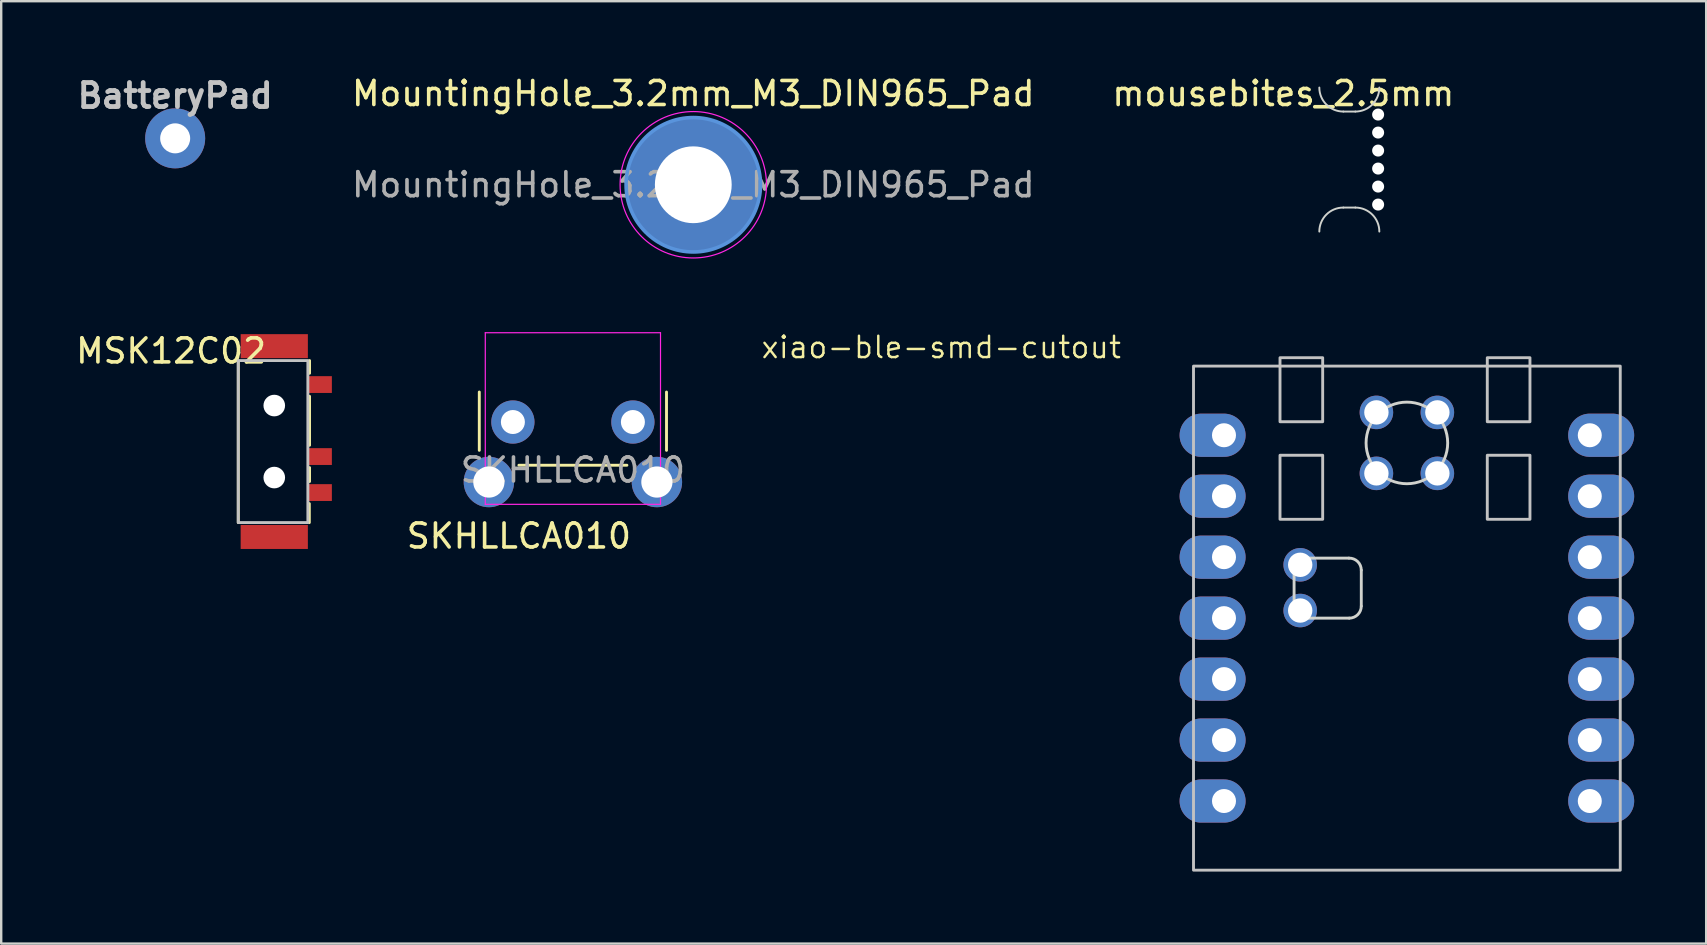
<source format=kicad_pcb>
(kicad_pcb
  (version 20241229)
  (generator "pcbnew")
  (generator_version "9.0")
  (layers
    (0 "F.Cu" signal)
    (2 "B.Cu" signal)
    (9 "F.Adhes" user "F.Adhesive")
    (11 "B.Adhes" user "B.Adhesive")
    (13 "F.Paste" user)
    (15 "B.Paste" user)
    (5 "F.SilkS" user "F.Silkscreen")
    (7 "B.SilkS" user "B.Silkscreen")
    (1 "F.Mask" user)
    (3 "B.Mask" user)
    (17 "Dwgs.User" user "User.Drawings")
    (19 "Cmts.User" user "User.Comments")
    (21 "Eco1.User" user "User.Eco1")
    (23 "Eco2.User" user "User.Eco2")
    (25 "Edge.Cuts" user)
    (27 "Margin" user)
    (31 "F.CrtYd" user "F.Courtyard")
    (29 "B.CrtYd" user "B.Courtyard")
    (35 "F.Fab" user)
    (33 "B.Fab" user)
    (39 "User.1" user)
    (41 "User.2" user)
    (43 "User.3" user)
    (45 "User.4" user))
  (footprint "SKHLLCA010"
    (layer "F.Cu")
    (at 20.819 15.783)
    (property "Reference" "SKHLLCA010" (at -2.25 3.5 0) (unlocked yes) (layer "F.SilkS") (effects (font (size 1 1) (thickness 0.15))))
    (attr through_hole)
    (fp_line (start -3.9 -0.07) (end -3.9 -2.5) (stroke (width 0.12) (type solid)) (layer "F.SilkS"))
    (fp_line (start -2.25 0.55) (end 2.25 0.55) (stroke (width 0.12) (type solid)) (layer "F.SilkS"))
    (fp_line (start 3.9 -0.07) (end 3.9 -2.5) (stroke (width 0.12) (type solid)) (layer "F.SilkS"))
    (fp_line (start -3.65 -4.97) (end -3.65 2.18) (stroke (width 0.05) (type solid)) (layer "F.CrtYd"))
    (fp_line (start -3.65 -4.97) (end 3.65 -4.97) (stroke (width 0.05) (type solid)) (layer "F.CrtYd"))
    (fp_line (start -3.65 2.18) (end 3.65 2.18) (stroke (width 0.05) (type solid)) (layer "F.CrtYd"))
    (fp_line (start 3.65 -4.97) (end 3.65 2.18) (stroke (width 0.05) (type solid)) (layer "F.CrtYd"))
    (fp_line (start -3.9 -3.75) (end 3.9 -3.75) (stroke (width 0.12) (type solid)) (layer "User.1"))
    (fp_line (start -1.25 -5) (end 1.25 -5) (stroke (width 0.12) (type solid)) (layer "User.1"))
    (fp_line (start -1.25 -3.75) (end -1.25 -5) (stroke (width 0.12) (type solid)) (layer "User.1"))
    (fp_line (start 1.25 -3.75) (end 1.25 -5) (stroke (width 0.12) (type solid)) (layer "User.1"))
    (fp_text user "${REFERENCE}" (at 0 0.75 0) (unlocked yes) (layer "F.Fab") (effects (font (size 1 1) (thickness 0.15))))
    (pad "1" thru_hole circle (at 2.5 -1.25) (size 1.8 1.8) (drill 1) (layers "*.Cu" "B.Mask"))
    (pad "2" thru_hole circle (at -2.5 -1.25) (size 1.8 1.8) (drill 1) (layers "*.Cu" "B.Mask"))
    (pad "MP" thru_hole circle (at -3.5 1.25) (size 2.1 2.1) (drill 1.3) (layers "*.Cu" "*.Mask"))
    (pad "MP" thru_hole circle (at 3.5 1.25) (size 2.1 2.1) (drill 1.3) (layers "*.Cu" "*.Mask")))
  (footprint "MountingHole_3.2mm_M3_DIN965_Pad"
    (layer "F.Cu")
    (at 25.835 4.648)
    (property "Reference" "MountingHole_3.2mm_M3_DIN965_Pad" (at 0 -3.8 0) (layer "F.SilkS") (effects (font (size 1 1) (thickness 0.15))))
    (attr board_only exclude_from_pos_files exclude_from_bom dnp)
    (fp_circle (center 0 0) (end 2.8 0) (stroke (width 0.15) (type solid)) (fill no) (layer "Cmts.User"))
    (fp_circle (center 0 0) (end 3.05 0) (stroke (width 0.05) (type solid)) (fill no) (layer "F.CrtYd"))
    (fp_text user "${REFERENCE}" (at 0 0 0) (layer "F.Fab") (effects (font (size 1 1) (thickness 0.15))))
    (pad "1" thru_hole circle (at 0 0) (size 5.6 5.6) (drill 3.2) (layers "*.Cu" "*.Mask")))
  (footprint "BatteryPad"
    (layer "F.Cu")
    (at 4.248 2.714)
    (property "Reference" "BatteryPad" (at 0 -1.778 0) (layer "Dwgs.User") (effects (font (size 1 1) (thickness 0.2))))
    (attr through_hole)
    (pad "1" thru_hole circle (at 0 0 270) (size 2.5 2.5) (drill 1.25) (layers "*.Cu" "*.Mask")))
  (footprint "MSK12C02"
    (layer "F.Cu")
    (at 7.077 11.472)
    (property "Reference" "MSK12C02" (at -3 0.1 0) (layer "F.SilkS") (effects (font (size 1 1) (thickness 0.15))))
    (attr smd)
    (fp_line (start -0.2 7.25) (end -0.2 0.5) (stroke (width 0.12) (type solid)) (layer "F.SilkS"))
    (fp_line (start 2.76 6.46) (end 2.76 7.25) (stroke (width 0.12) (type solid)) (layer "F.SilkS"))
    (fp_line (start 2.77 1.03) (end 2.77 0.5) (stroke (width 0.12) (type solid)) (layer "F.SilkS"))
    (fp_line (start 2.77 1.99) (end 2.77 4.03) (stroke (width 0.12) (type solid)) (layer "F.SilkS"))
    (fp_line (start 2.77 4.96) (end 2.77 5.54) (stroke (width 0.12) (type solid)) (layer "F.SilkS"))
    (fp_rect (start -0.2 0.5) (end 2.7 7.25) (stroke (width 0.12) (type solid)) (fill no) (layer "Dwgs.User"))
    (pad "" np_thru_hole circle (at 1.3 2.375) (size 0.9 0.9) (drill 0.9) (layers "*.Cu" "*.Mask"))
    (pad "" np_thru_hole circle (at 1.3 5.375) (size 0.9 0.9) (drill 0.9) (layers "*.Cu" "*.Mask"))
    (pad "1" smd rect (at 3.2 1.5 90) (size 0.7 1) (layers "F.Cu" "F.Mask" "F.Paste"))
    (pad "2" smd rect (at 3.2 4.5 90) (size 0.7 1) (layers "F.Cu" "F.Mask" "F.Paste"))
    (pad "3" smd rect (at 3.2 6 90) (size 0.7 1) (layers "F.Cu" "F.Mask" "F.Paste"))
    (pad "MP" smd rect (at 1.3 -0.1) (size 2.8 1) (layers "F.Cu" "F.Mask" "F.Paste"))
    (pad "MP" smd rect (at 1.3 7.85) (size 2.8 1) (layers "F.Cu" "F.Mask" "F.Paste")))
  (footprint "mousebites_2.5mm"
    (layer "F.Cu")
    (at 54.418 3.598)
    (property "Reference" "mousebites_2.5mm" (at -4 -2.75 0) (layer "F.SilkS") (effects (font (size 1 1) (thickness 0.15))))
    (attr board_only exclude_from_pos_files exclude_from_bom)
    (fp_line (start -1.5 -2) (end -1 -2) (stroke (width 0.08) (type solid)) (layer "Edge.Cuts"))
    (fp_line (start -1 2) (end -1.5 2) (stroke (width 0.08) (type solid)) (layer "Edge.Cuts"))
    (fp_arc (start -2.5 3) (mid -2.207108 2.292895) (end -1.500003 2.000003) (stroke (width 0.08) (type solid)) (layer "Edge.Cuts"))
    (fp_arc (start -1.5 -2) (mid -2.207105 -2.292892) (end -2.499997 -2.999997) (stroke (width 0.08) (type solid)) (layer "Edge.Cuts"))
    (fp_arc (start -1 2) (mid -0.292895 2.292892) (end -0.000003 2.999997) (stroke (width 0.08) (type solid)) (layer "Edge.Cuts"))
    (fp_arc (start 0 -3) (mid -0.292892 -2.292895) (end -0.999997 -2.000003) (stroke (width 0.08) (type solid)) (layer "Edge.Cuts"))
    (pad "" np_thru_hole circle (at -0.05 -1.875) (size 0.5 0.5) (drill 0.5) (layers "*.Cu" "*.Mask"))
    (pad "" np_thru_hole circle (at -0.05 -1.125) (size 0.5 0.5) (drill 0.5) (layers "*.Cu" "*.Mask"))
    (pad "" np_thru_hole circle (at -0.05 -0.375) (size 0.5 0.5) (drill 0.5) (layers "*.Cu" "*.Mask"))
    (pad "" np_thru_hole circle (at -0.05 0.375) (size 0.5 0.5) (drill 0.5) (layers "*.Cu" "*.Mask"))
    (pad "" np_thru_hole circle (at -0.05 1.125) (size 0.5 0.5) (drill 0.5) (layers "*.Cu" "*.Mask"))
    (pad "" np_thru_hole circle (at -0.05 1.875) (size 0.5 0.5) (drill 0.5) (layers "*.Cu" "*.Mask")))
  (footprint "xiao-ble-smd-cutout"
    (layer "F.Cu")
    (at 55.566 22.704)
    (property "Reference" "xiao-ble-smd-cutout" (at -19.399 -11.283 0) (layer "F.SilkS") (effects (font (size 0.889 0.889) (thickness 0.102))))
    (attr through_hole exclude_from_pos_files)
    (fp_rect (start -8.89 10.5) (end 8.89 -10.5) (stroke (width 0.12) (type solid)) (fill no) (layer "Dwgs.User"))
    (fp_rect (start -5.286 -6.786) (end -3.508 -4.119) (stroke (width 0.12) (type solid)) (fill no) (layer "Dwgs.User"))
    (fp_rect (start -3.508 -8.183) (end -5.286 -10.85) (stroke (width 0.12) (type solid)) (fill no) (layer "Dwgs.User"))
    (fp_rect (start 3.35 -10.85) (end 5.128 -8.183) (stroke (width 0.12) (type solid)) (fill no) (layer "Dwgs.User"))
    (fp_rect (start 3.35 -6.786) (end 5.128 -4.119) (stroke (width 0.12) (type solid)) (fill no) (layer "Dwgs.User"))
    (fp_line (start -4.7 -2.5) (end -2.413 -2.5) (stroke (width 0.12) (type solid)) (layer "Edge.Cuts"))
    (fp_line (start -4.699 0) (end -4.7 -2.5) (stroke (width 0.12) (type solid)) (layer "Edge.Cuts"))
    (fp_line (start -2.4 0) (end -4.7 0) (stroke (width 0.12) (type solid)) (layer "Edge.Cuts"))
    (fp_line (start -1.9 -2) (end -1.9 -0.5) (stroke (width 0.12) (type solid)) (layer "Edge.Cuts"))
    (fp_arc (start -2.413 -2.499999) (mid -2.050954 -2.358239) (end -1.899832 -1.999999) (stroke (width 0.12) (type solid)) (layer "Edge.Cuts"))
    (fp_arc (start -1.9 -0.500001) (mid -2.046446 -0.146447) (end -2.4 0) (stroke (width 0.12) (type solid)) (layer "Edge.Cuts"))
    (fp_circle (center 0 -7.3) (end 0 -9) (stroke (width 0.12) (type default)) (fill no) (layer "Edge.Cuts"))
    (pad "1" thru_hole oval (at -7.62 -7.62) (size 2.75 1.8) (drill 1 (offset -0.475 0)) (layers "*.Cu" "*.Mask"))
    (pad "2" thru_hole oval (at -7.62 -5.08) (size 2.75 1.8) (drill 1 (offset -0.475 0)) (layers "*.Cu" "*.Mask"))
    (pad "3" thru_hole oval (at -7.62 -2.54) (size 2.75 1.8) (drill 1 (offset -0.475 0)) (layers "*.Cu" "*.Mask"))
    (pad "4" thru_hole oval (at -7.62 0) (size 2.75 1.8) (drill 1 (offset -0.475 0)) (layers "*.Cu" "*.Mask"))
    (pad "5" thru_hole oval (at -7.62 2.54) (size 2.75 1.8) (drill 1 (offset -0.475 0)) (layers "*.Cu" "*.Mask"))
    (pad "6" thru_hole oval (at -7.62 5.08) (size 2.75 1.8) (drill 1 (offset -0.475 0)) (layers "*.Cu" "*.Mask"))
    (pad "7" thru_hole oval (at -7.62 7.62) (size 2.75 1.8) (drill 1 (offset -0.475 0)) (layers "*.Cu" "*.Mask"))
    (pad "8" thru_hole oval (at 7.62 7.62 180) (size 2.75 1.8) (drill 1 (offset -0.475 0)) (layers "*.Cu" "*.Mask"))
    (pad "9" thru_hole oval (at 7.62 5.08 180) (size 2.75 1.8) (drill 1 (offset -0.475 0)) (layers "*.Cu" "*.Mask"))
    (pad "10" thru_hole oval (at 7.62 2.54 180) (size 2.75 1.8) (drill 1 (offset -0.475 0)) (layers "*.Cu" "*.Mask"))
    (pad "11" thru_hole oval (at 7.62 0 180) (size 2.75 1.8) (drill 1 (offset -0.475 0)) (layers "*.Cu" "*.Mask"))
    (pad "12" thru_hole oval (at 7.62 -2.54 180) (size 2.75 1.8) (drill 1 (offset -0.475 0)) (layers "*.Cu" "*.Mask"))
    (pad "13" thru_hole oval (at 7.62 -5.08 180) (size 2.75 1.8) (drill 1 (offset -0.475 0)) (layers "*.Cu" "*.Mask"))
    (pad "14" thru_hole oval (at 7.62 -7.62 180) (size 2.75 1.8) (drill 1 (offset -0.475 0)) (layers "*.Cu" "*.Mask"))
    (pad "15" thru_hole circle (at -1.27 -8.572 90) (size 1.397 1.397) (drill 1.016) (layers "*.Cu" "*.Mask"))
    (pad "16" thru_hole circle (at 1.27 -8.572 90) (size 1.397 1.397) (drill 1.016) (layers "*.Cu" "*.Mask"))
    (pad "17" thru_hole circle (at -1.27 -6.032 90) (size 1.397 1.397) (drill 1.016) (layers "*.Cu" "*.Mask"))
    (pad "18" thru_hole circle (at 1.27 -6.032 90) (size 1.397 1.397) (drill 1.016) (layers "*.Cu" "*.Mask"))
    (pad "19" thru_hole circle (at -4.445 -0.317 180) (size 1.397 1.397) (drill 1.016) (layers "*.Cu" "*.Mask"))
    (pad "20" thru_hole circle (at -4.445 -2.222 180) (size 1.397 1.397) (drill 1.016) (layers "*.Cu" "*.Mask")))
  (gr_rect
    (start -3 -3)
    (end 68.036 36.264)
    (stroke (width 0.1) (type default))
    (fill no)
    (layer "Edge.Cuts")))
</source>
